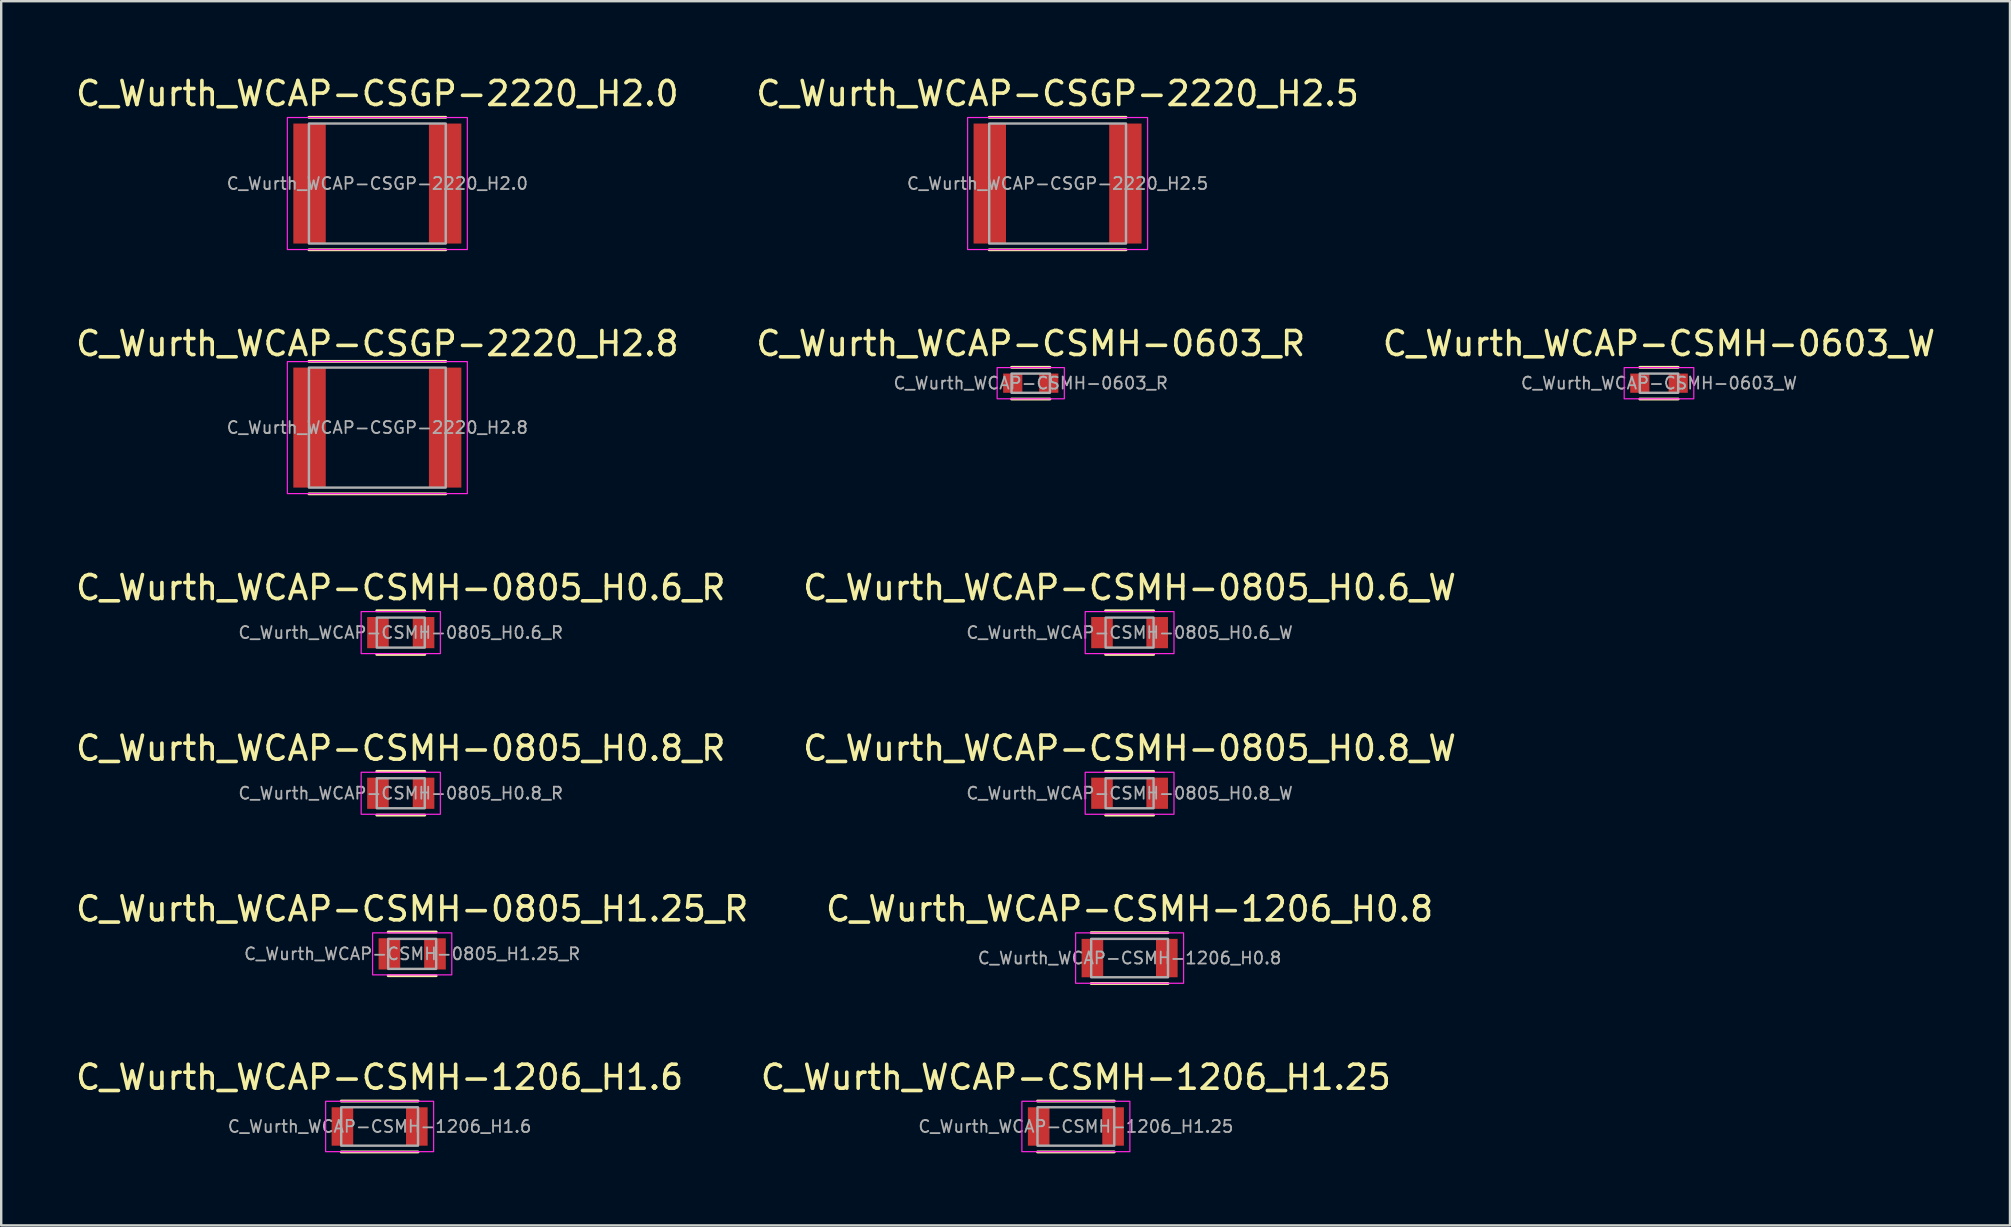
<source format=kicad_pcb>
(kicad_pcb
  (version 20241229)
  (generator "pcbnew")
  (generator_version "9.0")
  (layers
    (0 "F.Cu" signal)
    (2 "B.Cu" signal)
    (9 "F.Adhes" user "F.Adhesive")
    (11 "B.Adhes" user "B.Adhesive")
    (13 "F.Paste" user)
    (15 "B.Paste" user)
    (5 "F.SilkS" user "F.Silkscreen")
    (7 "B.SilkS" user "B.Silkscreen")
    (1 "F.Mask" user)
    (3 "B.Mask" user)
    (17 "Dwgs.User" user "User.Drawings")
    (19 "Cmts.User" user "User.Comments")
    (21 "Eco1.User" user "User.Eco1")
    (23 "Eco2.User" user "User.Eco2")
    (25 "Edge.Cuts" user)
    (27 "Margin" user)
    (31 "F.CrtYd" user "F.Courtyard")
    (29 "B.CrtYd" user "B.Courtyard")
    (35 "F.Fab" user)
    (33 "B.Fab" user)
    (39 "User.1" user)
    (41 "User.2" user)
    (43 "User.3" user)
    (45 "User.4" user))
  (footprint "C_Wurth_WCAP-CSMH-0805_H0.6_W"
    (layer "F.Cu")
    (at 44.018 23.31)
    (property "Reference" "C_Wurth_WCAP-CSMH-0805_H0.6_W" (at 0 -1.875 0) (unlocked yes) (layer "F.SilkS") (effects (font (size 1 1) (thickness 0.15))))
    (attr smd)
    (fp_line (start -1 -0.91) (end 1 -0.91) (stroke (width 0.12) (type solid)) (layer "F.SilkS"))
    (fp_line (start -1 0.91) (end 1 0.91) (stroke (width 0.12) (type solid)) (layer "F.SilkS"))
    (fp_rect (start -1.85 -0.875) (end 1.85 0.875) (stroke (width 0.05) (type solid)) (fill no) (layer "F.CrtYd"))
    (fp_rect (start -1 -0.625) (end 1 0.625) (stroke (width 0.1) (type solid)) (fill no) (layer "F.Fab"))
    (fp_text user "${REFERENCE}" (at 0 0 0) (unlocked yes) (layer "F.Fab") (effects (font (size 0.5 0.5) (thickness 0.075))))
    (pad "1" smd rect (at -1.15 0) (size 0.9 1.3) (layers "F.Cu" "F.Mask" "F.Paste"))
    (pad "2" smd rect (at 1.15 0) (size 0.9 1.3) (layers "F.Cu" "F.Mask" "F.Paste")))
  (footprint "C_Wurth_WCAP-CSMH-0603_R"
    (layer "F.Cu")
    (at 39.899 12.916)
    (property "Reference" "C_Wurth_WCAP-CSMH-0603_R" (at 0 -1.65 0) (unlocked yes) (layer "F.SilkS") (effects (font (size 1 1) (thickness 0.15))))
    (attr smd)
    (fp_line (start -0.8 -0.66) (end 0.8 -0.66) (stroke (width 0.12) (type solid)) (layer "F.SilkS"))
    (fp_line (start -0.8 0.66) (end 0.8 0.66) (stroke (width 0.12) (type solid)) (layer "F.SilkS"))
    (fp_rect (start -1.4 -0.65) (end 1.4 0.65) (stroke (width 0.05) (type solid)) (fill no) (layer "F.CrtYd"))
    (fp_rect (start -0.8 -0.4) (end 0.8 0.4) (stroke (width 0.1) (type solid)) (fill no) (layer "F.Fab"))
    (fp_text user "${REFERENCE}" (at 0 0 0) (unlocked yes) (layer "F.Fab") (effects (font (size 0.5 0.5) (thickness 0.075))))
    (pad "1" smd rect (at -0.75 0) (size 0.8 0.8) (layers "F.Cu" "F.Mask" "F.Paste"))
    (pad "2" smd rect (at 0.75 0) (size 0.8 0.8) (layers "F.Cu" "F.Mask" "F.Paste")))
  (footprint "C_Wurth_WCAP-CSMH-0805_H1.25_R"
    (layer "F.Cu")
    (at 14.125 36.696)
    (property "Reference" "C_Wurth_WCAP-CSMH-0805_H1.25_R" (at 0 -1.875 0) (unlocked yes) (layer "F.SilkS") (effects (font (size 1 1) (thickness 0.15))))
    (attr smd)
    (fp_line (start -1 -0.91) (end 1 -0.91) (stroke (width 0.12) (type solid)) (layer "F.SilkS"))
    (fp_line (start -1 0.91) (end 1 0.91) (stroke (width 0.12) (type solid)) (layer "F.SilkS"))
    (fp_rect (start -1.65 -0.875) (end 1.65 0.875) (stroke (width 0.05) (type solid)) (fill no) (layer "F.CrtYd"))
    (fp_rect (start -1 -0.625) (end 1 0.625) (stroke (width 0.1) (type solid)) (fill no) (layer "F.Fab"))
    (fp_text user "${REFERENCE}" (at 0 0 0) (unlocked yes) (layer "F.Fab") (effects (font (size 0.5 0.5) (thickness 0.075))))
    (pad "1" smd rect (at -0.95 0) (size 0.9 1.3) (layers "F.Cu" "F.Mask" "F.Paste"))
    (pad "2" smd rect (at 0.95 0) (size 0.9 1.3) (layers "F.Cu" "F.Mask" "F.Paste")))
  (footprint "C_Wurth_WCAP-CSGP-2220_H2.5"
    (layer "F.Cu")
    (at 41.018 4.598)
    (property "Reference" "C_Wurth_WCAP-CSGP-2220_H2.5" (at 0 -3.75 0) (unlocked yes) (layer "F.SilkS") (effects (font (size 1 1) (thickness 0.15))))
    (attr smd)
    (fp_line (start -2.85 -2.76) (end 2.85 -2.76) (stroke (width 0.12) (type solid)) (layer "F.SilkS"))
    (fp_line (start -2.85 2.76) (end 2.85 2.76) (stroke (width 0.12) (type solid)) (layer "F.SilkS"))
    (fp_rect (start -3.75 -2.75) (end 3.75 2.75) (stroke (width 0.05) (type solid)) (fill no) (layer "F.CrtYd"))
    (fp_rect (start -2.85 -2.5) (end 2.85 2.5) (stroke (width 0.1) (type solid)) (fill no) (layer "F.Fab"))
    (fp_text user "${REFERENCE}" (at 0 0 0) (unlocked yes) (layer "F.Fab") (effects (font (size 0.5 0.5) (thickness 0.075))))
    (pad "1" smd rect (at -2.825 0) (size 1.35 5) (layers "F.Cu" "F.Mask" "F.Paste"))
    (pad "2" smd rect (at 2.825 0) (size 1.35 5) (layers "F.Cu" "F.Mask" "F.Paste")))
  (footprint "C_Wurth_WCAP-CSMH-1206_H0.8"
    (layer "F.Cu")
    (at 44.018 36.871)
    (property "Reference" "C_Wurth_WCAP-CSMH-1206_H0.8" (at 0 -2.05 0) (unlocked yes) (layer "F.SilkS") (effects (font (size 1 1) (thickness 0.15))))
    (attr smd)
    (fp_line (start -1.6 -1.06) (end 1.6 -1.06) (stroke (width 0.12) (type solid)) (layer "F.SilkS"))
    (fp_line (start -1.6 1.06) (end 1.6 1.06) (stroke (width 0.12) (type solid)) (layer "F.SilkS"))
    (fp_rect (start -2.25 -1.05) (end 2.25 1.05) (stroke (width 0.05) (type solid)) (fill no) (layer "F.CrtYd"))
    (fp_rect (start -1.6 -0.8) (end 1.6 0.8) (stroke (width 0.1) (type solid)) (fill no) (layer "F.Fab"))
    (fp_text user "${REFERENCE}" (at 0 0 0) (unlocked yes) (layer "F.Fab") (effects (font (size 0.5 0.5) (thickness 0.075))))
    (pad "1" smd rect (at -1.55 0) (size 0.9 1.6) (layers "F.Cu" "F.Mask" "F.Paste"))
    (pad "2" smd rect (at 1.55 0) (size 0.9 1.6) (layers "F.Cu" "F.Mask" "F.Paste")))
  (footprint "C_Wurth_WCAP-CSMH-0805_H0.6_R"
    (layer "F.Cu")
    (at 13.649 23.31)
    (property "Reference" "C_Wurth_WCAP-CSMH-0805_H0.6_R" (at 0 -1.875 0) (unlocked yes) (layer "F.SilkS") (effects (font (size 1 1) (thickness 0.15))))
    (attr smd)
    (fp_line (start -1 -0.91) (end 1 -0.91) (stroke (width 0.12) (type solid)) (layer "F.SilkS"))
    (fp_line (start -1 0.91) (end 1 0.91) (stroke (width 0.12) (type solid)) (layer "F.SilkS"))
    (fp_rect (start -1.65 -0.875) (end 1.65 0.875) (stroke (width 0.05) (type solid)) (fill no) (layer "F.CrtYd"))
    (fp_rect (start -1 -0.625) (end 1 0.625) (stroke (width 0.1) (type solid)) (fill no) (layer "F.Fab"))
    (fp_text user "${REFERENCE}" (at 0 0 0) (unlocked yes) (layer "F.Fab") (effects (font (size 0.5 0.5) (thickness 0.075))))
    (pad "1" smd rect (at -0.95 0) (size 0.9 1.3) (layers "F.Cu" "F.Mask" "F.Paste"))
    (pad "2" smd rect (at 0.95 0) (size 0.9 1.3) (layers "F.Cu" "F.Mask" "F.Paste")))
  (footprint "C_Wurth_WCAP-CSMH-0603_W"
    (layer "F.Cu")
    (at 66.077 12.916)
    (property "Reference" "C_Wurth_WCAP-CSMH-0603_W" (at 0 -1.65 0) (unlocked yes) (layer "F.SilkS") (effects (font (size 1 1) (thickness 0.15))))
    (attr smd)
    (fp_line (start -0.8 -0.66) (end 0.8 -0.66) (stroke (width 0.12) (type solid)) (layer "F.SilkS"))
    (fp_line (start -0.8 0.66) (end 0.8 0.66) (stroke (width 0.12) (type solid)) (layer "F.SilkS"))
    (fp_rect (start -1.45 -0.65) (end 1.45 0.65) (stroke (width 0.05) (type solid)) (fill no) (layer "F.CrtYd"))
    (fp_rect (start -0.8 -0.4) (end 0.8 0.4) (stroke (width 0.1) (type solid)) (fill no) (layer "F.Fab"))
    (fp_text user "${REFERENCE}" (at 0 0 0) (unlocked yes) (layer "F.Fab") (effects (font (size 0.5 0.5) (thickness 0.075))))
    (pad "1" smd rect (at -0.8 0) (size 0.8 0.8) (layers "F.Cu" "F.Mask" "F.Paste"))
    (pad "2" smd rect (at 0.8 0) (size 0.8 0.8) (layers "F.Cu" "F.Mask" "F.Paste")))
  (footprint "C_Wurth_WCAP-CSMH-1206_H1.6"
    (layer "F.Cu")
    (at 12.768 43.889)
    (property "Reference" "C_Wurth_WCAP-CSMH-1206_H1.6" (at 0 -2.05 0) (unlocked yes) (layer "F.SilkS") (effects (font (size 1 1) (thickness 0.15))))
    (attr smd)
    (fp_line (start -1.6 -1.06) (end 1.6 -1.06) (stroke (width 0.12) (type solid)) (layer "F.SilkS"))
    (fp_line (start -1.6 1.06) (end 1.6 1.06) (stroke (width 0.12) (type solid)) (layer "F.SilkS"))
    (fp_rect (start -2.25 -1.05) (end 2.25 1.05) (stroke (width 0.05) (type solid)) (fill no) (layer "F.CrtYd"))
    (fp_rect (start -1.6 -0.8) (end 1.6 0.8) (stroke (width 0.1) (type solid)) (fill no) (layer "F.Fab"))
    (fp_text user "${REFERENCE}" (at 0 0 0) (unlocked yes) (layer "F.Fab") (effects (font (size 0.5 0.5) (thickness 0.075))))
    (pad "1" smd rect (at -1.55 0) (size 0.9 1.6) (layers "F.Cu" "F.Mask" "F.Paste"))
    (pad "2" smd rect (at 1.55 0) (size 0.9 1.6) (layers "F.Cu" "F.Mask" "F.Paste")))
  (footprint "C_Wurth_WCAP-CSGP-2220_H2.8"
    (layer "F.Cu")
    (at 12.673 14.767)
    (property "Reference" "C_Wurth_WCAP-CSGP-2220_H2.8" (at 0 -3.5 0) (unlocked yes) (layer "F.SilkS") (effects (font (size 1 1) (thickness 0.15))))
    (attr smd)
    (fp_line (start -2.85 -2.76) (end 2.85 -2.76) (stroke (width 0.12) (type default)) (layer "F.SilkS"))
    (fp_line (start -2.85 2.76) (end 2.85 2.76) (stroke (width 0.12) (type default)) (layer "F.SilkS"))
    (fp_rect (start -3.75 -2.75) (end 3.75 2.75) (stroke (width 0.05) (type default)) (fill no) (layer "F.CrtYd"))
    (fp_rect (start -2.85 -2.5) (end 2.85 2.5) (stroke (width 0.1) (type default)) (fill no) (layer "F.Fab"))
    (fp_text user "${REFERENCE}" (at 0 0 0) (unlocked yes) (layer "F.Fab") (effects (font (size 0.5 0.5) (thickness 0.075))))
    (pad "1" smd rect (at -2.825 0) (size 1.35 5) (layers "F.Cu" "F.Mask" "F.Paste"))
    (pad "2" smd rect (at 2.825 0) (size 1.35 5) (layers "F.Cu" "F.Mask" "F.Paste")))
  (footprint "C_Wurth_WCAP-CSMH-0805_H0.8_W"
    (layer "F.Cu")
    (at 44.018 30.003)
    (property "Reference" "C_Wurth_WCAP-CSMH-0805_H0.8_W" (at 0 -1.875 0) (unlocked yes) (layer "F.SilkS") (effects (font (size 1 1) (thickness 0.15))))
    (attr smd)
    (fp_line (start -1 -0.91) (end 1 -0.91) (stroke (width 0.12) (type solid)) (layer "F.SilkS"))
    (fp_line (start -1 0.91) (end 1 0.91) (stroke (width 0.12) (type solid)) (layer "F.SilkS"))
    (fp_rect (start -1.85 -0.875) (end 1.85 0.875) (stroke (width 0.05) (type solid)) (fill no) (layer "F.CrtYd"))
    (fp_rect (start -1 -0.625) (end 1 0.625) (stroke (width 0.1) (type solid)) (fill no) (layer "F.Fab"))
    (fp_text user "${REFERENCE}" (at 0 0 0) (unlocked yes) (layer "F.Fab") (effects (font (size 0.5 0.5) (thickness 0.075))))
    (pad "1" smd rect (at -1.15 0) (size 0.9 1.3) (layers "F.Cu" "F.Mask" "F.Paste"))
    (pad "2" smd rect (at 1.15 0) (size 0.9 1.3) (layers "F.Cu" "F.Mask" "F.Paste")))
  (footprint "C_Wurth_WCAP-CSMH-1206_H1.25"
    (layer "F.Cu")
    (at 41.78 43.889)
    (property "Reference" "C_Wurth_WCAP-CSMH-1206_H1.25" (at 0 -2.05 0) (unlocked yes) (layer "F.SilkS") (effects (font (size 1 1) (thickness 0.15))))
    (attr smd)
    (fp_line (start -1.6 -1.06) (end 1.6 -1.06) (stroke (width 0.12) (type solid)) (layer "F.SilkS"))
    (fp_line (start -1.6 1.06) (end 1.6 1.06) (stroke (width 0.12) (type solid)) (layer "F.SilkS"))
    (fp_rect (start -2.25 -1.05) (end 2.25 1.05) (stroke (width 0.05) (type solid)) (fill no) (layer "F.CrtYd"))
    (fp_rect (start -1.6 -0.8) (end 1.6 0.8) (stroke (width 0.1) (type solid)) (fill no) (layer "F.Fab"))
    (fp_text user "${REFERENCE}" (at 0 0 0) (unlocked yes) (layer "F.Fab") (effects (font (size 0.5 0.5) (thickness 0.075))))
    (pad "1" smd rect (at -1.55 0) (size 0.9 1.6) (layers "F.Cu" "F.Mask" "F.Paste"))
    (pad "2" smd rect (at 1.55 0) (size 0.9 1.6) (layers "F.Cu" "F.Mask" "F.Paste")))
  (footprint "C_Wurth_WCAP-CSGP-2220_H2.0"
    (layer "F.Cu")
    (at 12.673 4.598)
    (property "Reference" "C_Wurth_WCAP-CSGP-2220_H2.0" (at 0 -3.75 0) (unlocked yes) (layer "F.SilkS") (effects (font (size 1 1) (thickness 0.15))))
    (attr smd)
    (fp_line (start -2.85 -2.76) (end 2.85 -2.76) (stroke (width 0.12) (type solid)) (layer "F.SilkS"))
    (fp_line (start -2.85 2.76) (end 2.85 2.76) (stroke (width 0.12) (type solid)) (layer "F.SilkS"))
    (fp_rect (start -3.75 -2.75) (end 3.75 2.75) (stroke (width 0.05) (type solid)) (fill no) (layer "F.CrtYd"))
    (fp_rect (start -2.85 -2.5) (end 2.85 2.5) (stroke (width 0.1) (type solid)) (fill no) (layer "F.Fab"))
    (fp_text user "${REFERENCE}" (at 0 0 0) (unlocked yes) (layer "F.Fab") (effects (font (size 0.5 0.5) (thickness 0.075))))
    (pad "1" smd rect (at -2.825 0) (size 1.35 5) (layers "F.Cu" "F.Mask" "F.Paste"))
    (pad "2" smd rect (at 2.825 0) (size 1.35 5) (layers "F.Cu" "F.Mask" "F.Paste")))
  (footprint "C_Wurth_WCAP-CSMH-0805_H0.8_R"
    (layer "F.Cu")
    (at 13.649 30.003)
    (property "Reference" "C_Wurth_WCAP-CSMH-0805_H0.8_R" (at 0 -1.875 0) (unlocked yes) (layer "F.SilkS") (effects (font (size 1 1) (thickness 0.15))))
    (attr smd)
    (fp_line (start -1 -0.91) (end 1 -0.91) (stroke (width 0.12) (type solid)) (layer "F.SilkS"))
    (fp_line (start -1 0.91) (end 1 0.91) (stroke (width 0.12) (type solid)) (layer "F.SilkS"))
    (fp_rect (start -1.65 -0.875) (end 1.65 0.875) (stroke (width 0.05) (type solid)) (fill no) (layer "F.CrtYd"))
    (fp_rect (start -1 -0.625) (end 1 0.625) (stroke (width 0.1) (type solid)) (fill no) (layer "F.Fab"))
    (fp_text user "${REFERENCE}" (at 0 0 0) (unlocked yes) (layer "F.Fab") (effects (font (size 0.5 0.5) (thickness 0.075))))
    (pad "1" smd rect (at -0.95 0) (size 0.9 1.3) (layers "F.Cu" "F.Mask" "F.Paste"))
    (pad "2" smd rect (at 0.95 0) (size 0.9 1.3) (layers "F.Cu" "F.Mask" "F.Paste")))
  (gr_rect
    (start -3 -3)
    (end 80.702 48.01)
    (stroke (width 0.1) (type default))
    (fill no)
    (layer "Edge.Cuts")))
</source>
